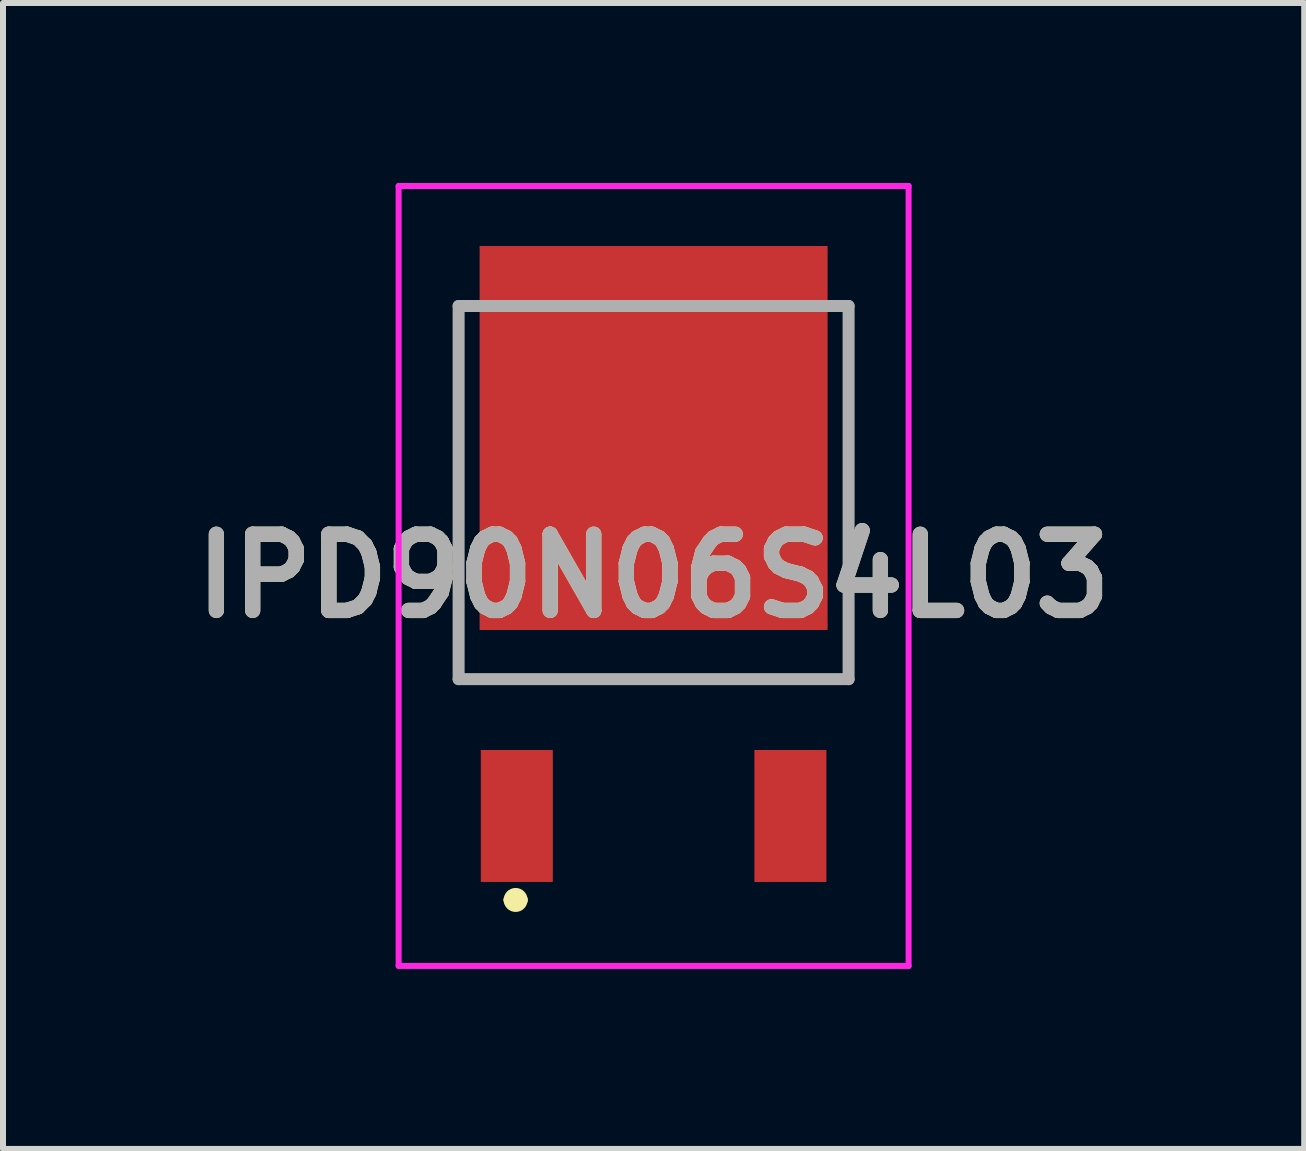
<source format=kicad_pcb>
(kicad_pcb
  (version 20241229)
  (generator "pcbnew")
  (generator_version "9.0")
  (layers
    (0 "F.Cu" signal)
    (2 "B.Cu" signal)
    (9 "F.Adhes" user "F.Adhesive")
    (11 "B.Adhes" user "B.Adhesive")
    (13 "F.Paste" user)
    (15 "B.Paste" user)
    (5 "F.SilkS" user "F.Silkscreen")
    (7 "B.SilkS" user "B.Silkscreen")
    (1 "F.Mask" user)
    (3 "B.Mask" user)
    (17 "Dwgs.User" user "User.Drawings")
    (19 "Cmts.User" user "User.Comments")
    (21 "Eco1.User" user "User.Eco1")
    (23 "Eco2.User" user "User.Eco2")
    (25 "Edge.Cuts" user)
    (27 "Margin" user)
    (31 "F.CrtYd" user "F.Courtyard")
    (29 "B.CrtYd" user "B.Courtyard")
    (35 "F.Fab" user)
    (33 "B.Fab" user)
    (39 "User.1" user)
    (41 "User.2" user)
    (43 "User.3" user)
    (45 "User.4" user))
  (footprint "IPD90N06S4L03"
    (layer "F.Cu")
    (at 7.844 7.05)
    (property "Reference" "IPD90N06S4L03" (at 0 -0.5 0) (layer "F.SilkS") (effects (font (size 1.27 1.27) (thickness 0.254))))
    (attr smd)
    (fp_line (start -3.25 -5) (end -3.25 1.22) (stroke (width 0.1) (type solid)) (layer "F.SilkS"))
    (fp_line (start -3.25 1.22) (end 3.25 1.22) (stroke (width 0.1) (type solid)) (layer "F.SilkS"))
    (fp_line (start -2.4 4.9) (end -2.4 4.9) (stroke (width 0.2) (type solid)) (layer "F.SilkS"))
    (fp_line (start -2.2 4.9) (end -2.2 4.9) (stroke (width 0.2) (type solid)) (layer "F.SilkS"))
    (fp_line (start 3.25 1.22) (end 3.25 -5) (stroke (width 0.1) (type solid)) (layer "F.SilkS"))
    (fp_arc (start -2.4 4.9) (mid -2.3 4.8) (end -2.2 4.9) (stroke (width 0.2) (type solid)) (layer "F.SilkS"))
    (fp_arc (start -2.2 4.9) (mid -2.3 5) (end -2.4 4.9) (stroke (width 0.2) (type solid)) (layer "F.SilkS"))
    (fp_line (start -4.25 -7) (end 4.25 -7) (stroke (width 0.1) (type solid)) (layer "F.CrtYd"))
    (fp_line (start -4.25 6) (end -4.25 -7) (stroke (width 0.1) (type solid)) (layer "F.CrtYd"))
    (fp_line (start 4.25 -7) (end 4.25 6) (stroke (width 0.1) (type solid)) (layer "F.CrtYd"))
    (fp_line (start 4.25 6) (end -4.25 6) (stroke (width 0.1) (type solid)) (layer "F.CrtYd"))
    (fp_line (start -3.25 -5) (end 3.25 -5) (stroke (width 0.2) (type solid)) (layer "F.Fab"))
    (fp_line (start -3.25 1.22) (end -3.25 -5) (stroke (width 0.2) (type solid)) (layer "F.Fab"))
    (fp_line (start 3.25 -5) (end 3.25 1.22) (stroke (width 0.2) (type solid)) (layer "F.Fab"))
    (fp_line (start 3.25 1.22) (end -3.25 1.22) (stroke (width 0.2) (type solid)) (layer "F.Fab"))
    (fp_text user "${REFERENCE}" (at 0 -0.5 0) (layer "F.Fab") (effects (font (size 1.27 1.27) (thickness 0.254))))
    (pad "1" smd rect (at -2.28 3.5) (size 1.2 2.2) (layers "F.Cu" "F.Mask" "F.Paste"))
    (pad "2" smd rect (at 0 -2.8) (size 5.8 6.4) (layers "F.Cu" "F.Mask" "F.Paste"))
    (pad "3" smd rect (at 2.28 3.5) (size 1.2 2.2) (layers "F.Cu" "F.Mask" "F.Paste")))
  (gr_rect
    (start -3 -3)
    (end 18.688 16.1)
    (stroke (width 0.1) (type default))
    (fill no)
    (layer "Edge.Cuts")))
</source>
